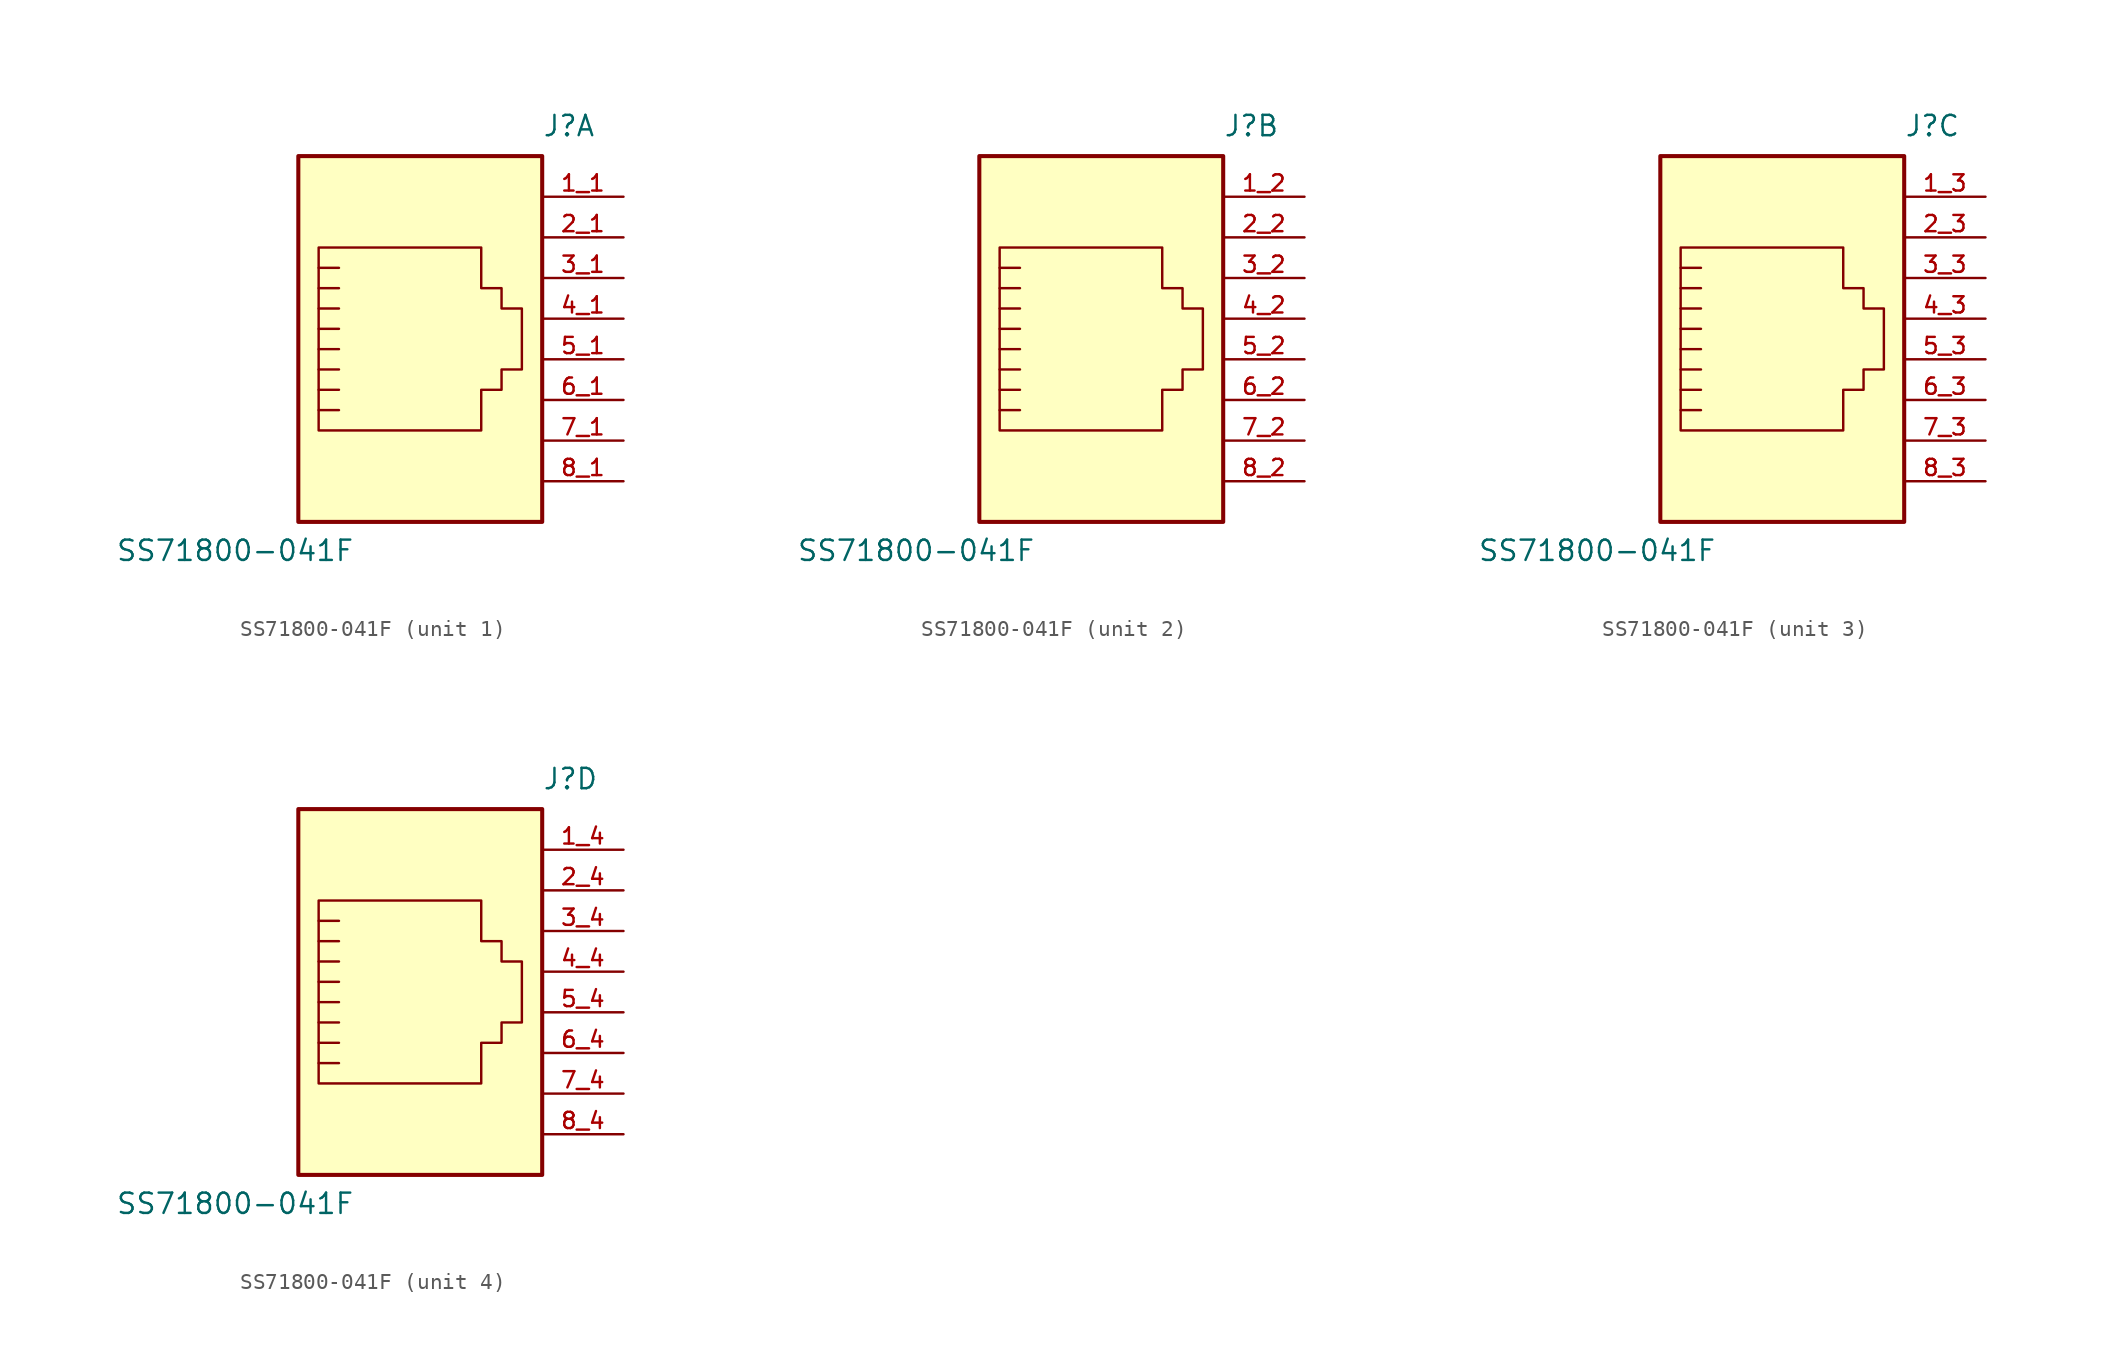
<source format=kicad_sym>
(kicad_symbol_lib
  (version 20220914)
  (generator kicad_symbol_editor)
  (symbol "SS71800-041F"
    (pin_names
      (offset 1.016) hide)
    (property "Reference" "J"
      (at 7.62 12.573 0)
      (effects (font (size 1.27 1.27)) (justify left bottom)))
    (property "Value" "SS71800-041F"
      (at -19.05 -13.97 0)
      (effects (font (size 1.27 1.27)) (justify left bottom)))
    (property "ki_locked" ""
      (at 0 0 0)
      (effects (font (size 1.27 1.27))))
    (symbol "SS71800-041F_0_1"
      (rectangle (start -7.62 11.43) (end 7.62 -11.43) (stroke (width 0.254) (type default)) (fill (type background)))
      (polyline (pts (xy -5.08 3.175) (xy -6.35 3.175)) (stroke (width 0) (type default)) (fill (type none)))
      (polyline (pts (xy -5.08 4.445) (xy -6.35 4.445)) (stroke (width 0) (type default)) (fill (type none)))
      (polyline (pts (xy -6.35 -4.445) (xy -5.08 -4.445) (xy -5.08 -4.445)) (stroke (width 0) (type default)) (fill (type none)))
      (polyline (pts (xy -6.35 -3.175) (xy -5.08 -3.175) (xy -5.08 -3.175)) (stroke (width 0) (type default)) (fill (type none)))
      (polyline (pts (xy -6.35 -1.905) (xy -5.08 -1.905) (xy -5.08 -1.905)) (stroke (width 0) (type default)) (fill (type none)))
      (polyline (pts (xy -6.35 -0.635) (xy -5.08 -0.635) (xy -5.08 -0.635)) (stroke (width 0) (type default)) (fill (type none)))
      (polyline (pts (xy -6.35 0.635) (xy -5.08 0.635) (xy -5.08 0.635)) (stroke (width 0) (type default)) (fill (type none)))
      (polyline (pts (xy -5.08 1.905) (xy -6.35 1.905) (xy -6.35 1.905)) (stroke (width 0) (type default)) (fill (type none)))
      (polyline (pts (xy -6.35 -5.715) (xy -6.35 5.715) (xy 3.81 5.715) (xy 3.81 3.175) (xy 5.08 3.175) (xy 5.08 1.905) (xy 6.35 1.905) (xy 6.35 -1.905) (xy 5.08 -1.905) (xy 5.08 -3.175) (xy 3.81 -3.175) (xy 3.81 -5.715) (xy -6.35 -5.715) (xy -6.35 -5.715)) (stroke (width 0) (type default)) (fill (type none))))
    (symbol "SS71800-041F_1_0"
      (pin passive line (at 12.7 8.89 180) (length 5.08) (name "P1_1" (effects (font (size 1.016 1.016)))) (number "1_1" (effects (font (size 1.016 1.016)))))
      (pin passive line (at 12.7 6.35 180) (length 5.08) (name "P2_1" (effects (font (size 1.016 1.016)))) (number "2_1" (effects (font (size 1.016 1.016)))))
      (pin passive line (at 12.7 3.81 180) (length 5.08) (name "P3_1" (effects (font (size 1.016 1.016)))) (number "3_1" (effects (font (size 1.016 1.016)))))
      (pin passive line (at 12.7 1.27 180) (length 5.08) (name "P4_1" (effects (font (size 1.016 1.016)))) (number "4_1" (effects (font (size 1.016 1.016)))))
      (pin passive line (at 12.7 -1.27 180) (length 5.08) (name "P5_1" (effects (font (size 1.016 1.016)))) (number "5_1" (effects (font (size 1.016 1.016)))))
      (pin passive line (at 12.7 -3.81 180) (length 5.08) (name "P6_1" (effects (font (size 1.016 1.016)))) (number "6_1" (effects (font (size 1.016 1.016)))))
      (pin passive line (at 12.7 -6.35 180) (length 5.08) (name "P7_1" (effects (font (size 1.016 1.016)))) (number "7_1" (effects (font (size 1.016 1.016)))))
      (pin passive line (at 12.7 -8.89 180) (length 5.08) (name "P8_1" (effects (font (size 1.016 1.016)))) (number "8_1" (effects (font (size 1.016 1.016))))))
    (symbol "SS71800-041F_2_0"
      (pin passive line (at 12.7 8.89 180) (length 5.08) (name "P1_2" (effects (font (size 1.016 1.016)))) (number "1_2" (effects (font (size 1.016 1.016)))))
      (pin passive line (at 12.7 6.35 180) (length 5.08) (name "P2_2" (effects (font (size 1.016 1.016)))) (number "2_2" (effects (font (size 1.016 1.016)))))
      (pin passive line (at 12.7 3.81 180) (length 5.08) (name "P3_2" (effects (font (size 1.016 1.016)))) (number "3_2" (effects (font (size 1.016 1.016)))))
      (pin passive line (at 12.7 1.27 180) (length 5.08) (name "P4_2" (effects (font (size 1.016 1.016)))) (number "4_2" (effects (font (size 1.016 1.016)))))
      (pin passive line (at 12.7 -1.27 180) (length 5.08) (name "P5_2" (effects (font (size 1.016 1.016)))) (number "5_2" (effects (font (size 1.016 1.016)))))
      (pin passive line (at 12.7 -3.81 180) (length 5.08) (name "P6_2" (effects (font (size 1.016 1.016)))) (number "6_2" (effects (font (size 1.016 1.016)))))
      (pin passive line (at 12.7 -6.35 180) (length 5.08) (name "P7_2" (effects (font (size 1.016 1.016)))) (number "7_2" (effects (font (size 1.016 1.016)))))
      (pin passive line (at 12.7 -8.89 180) (length 5.08) (name "P8_2" (effects (font (size 1.016 1.016)))) (number "8_2" (effects (font (size 1.016 1.016))))))
    (symbol "SS71800-041F_3_0"
      (pin passive line (at 12.7 8.89 180) (length 5.08) (name "P1_3" (effects (font (size 1.016 1.016)))) (number "1_3" (effects (font (size 1.016 1.016)))))
      (pin passive line (at 12.7 6.35 180) (length 5.08) (name "P2_3" (effects (font (size 1.016 1.016)))) (number "2_3" (effects (font (size 1.016 1.016)))))
      (pin passive line (at 12.7 3.81 180) (length 5.08) (name "P3_3" (effects (font (size 1.016 1.016)))) (number "3_3" (effects (font (size 1.016 1.016)))))
      (pin passive line (at 12.7 1.27 180) (length 5.08) (name "P4_3" (effects (font (size 1.016 1.016)))) (number "4_3" (effects (font (size 1.016 1.016)))))
      (pin passive line (at 12.7 -1.27 180) (length 5.08) (name "P5_3" (effects (font (size 1.016 1.016)))) (number "5_3" (effects (font (size 1.016 1.016)))))
      (pin passive line (at 12.7 -3.81 180) (length 5.08) (name "P6_3" (effects (font (size 1.016 1.016)))) (number "6_3" (effects (font (size 1.016 1.016)))))
      (pin passive line (at 12.7 -6.35 180) (length 5.08) (name "P7_3" (effects (font (size 1.016 1.016)))) (number "7_3" (effects (font (size 1.016 1.016)))))
      (pin passive line (at 12.7 -8.89 180) (length 5.08) (name "P8_3" (effects (font (size 1.016 1.016)))) (number "8_3" (effects (font (size 1.016 1.016))))))
    (symbol "SS71800-041F_4_0"
      (pin passive line (at 12.7 8.89 180) (length 5.08) (name "P1_4" (effects (font (size 1.016 1.016)))) (number "1_4" (effects (font (size 1.016 1.016)))))
      (pin passive line (at 12.7 6.35 180) (length 5.08) (name "P2_4" (effects (font (size 1.016 1.016)))) (number "2_4" (effects (font (size 1.016 1.016)))))
      (pin passive line (at 12.7 3.81 180) (length 5.08) (name "P3_4" (effects (font (size 1.016 1.016)))) (number "3_4" (effects (font (size 1.016 1.016)))))
      (pin passive line (at 12.7 1.27 180) (length 5.08) (name "P4_4" (effects (font (size 1.016 1.016)))) (number "4_4" (effects (font (size 1.016 1.016)))))
      (pin passive line (at 12.7 -1.27 180) (length 5.08) (name "P5_4" (effects (font (size 1.016 1.016)))) (number "5_4" (effects (font (size 1.016 1.016)))))
      (pin passive line (at 12.7 -3.81 180) (length 5.08) (name "P6_4" (effects (font (size 1.016 1.016)))) (number "6_4" (effects (font (size 1.016 1.016)))))
      (pin passive line (at 12.7 -6.35 180) (length 5.08) (name "P7_4" (effects (font (size 1.016 1.016)))) (number "7_4" (effects (font (size 1.016 1.016)))))
      (pin passive line (at 12.7 -8.89 180) (length 5.08) (name "P8_4" (effects (font (size 1.016 1.016)))) (number "8_4" (effects (font (size 1.016 1.016))))))))
</source>
